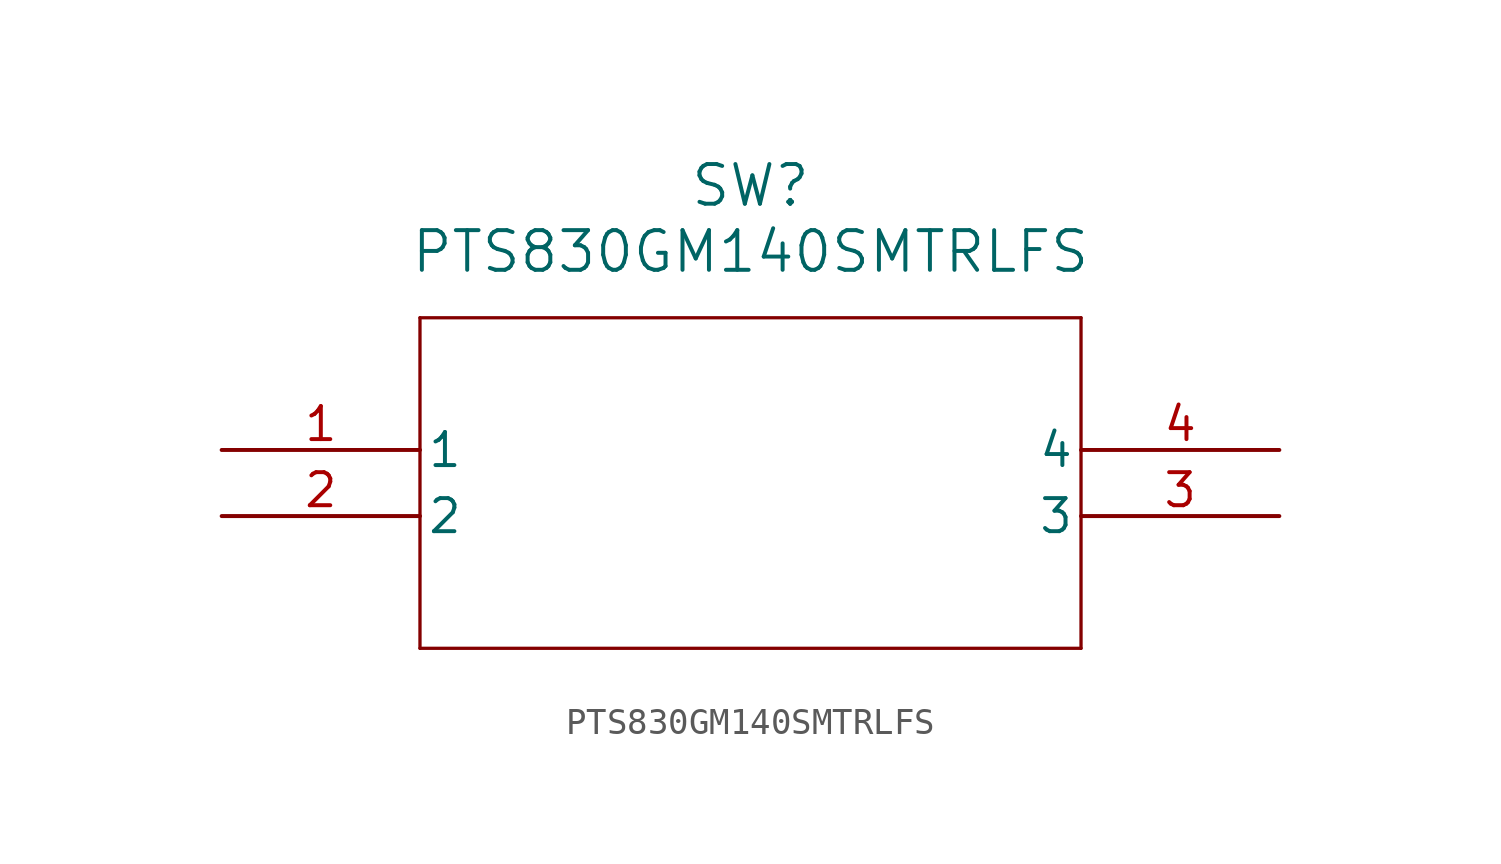
<source format=kicad_sym>
(kicad_symbol_lib
  (version 20220914)
  (generator kicad_symbol_editor)
  (symbol "PTS830GM140SMTRLFS"
    (pin_names
      (offset 0.254))
    (property "Reference" "SW"
      (at 20.32 10.16 0)
      (effects (font (size 1.524 1.524))))
    (property "Value" "PTS830GM140SMTRLFS"
      (at 20.32 7.62 0)
      (effects (font (size 1.524 1.524))))
    (property "ki_locked" ""
      (at 0 0 0)
      (effects (font (size 1.27 1.27))))
    (symbol "PTS830GM140SMTRLFS_0_1"
      (polyline (pts (xy 7.62 -7.62) (xy 33.02 -7.62)) (stroke (width 0.127) (type default)) (fill (type none)))
      (polyline (pts (xy 7.62 5.08) (xy 7.62 -7.62)) (stroke (width 0.127) (type default)) (fill (type none)))
      (polyline (pts (xy 33.02 -7.62) (xy 33.02 5.08)) (stroke (width 0.127) (type default)) (fill (type none)))
      (polyline (pts (xy 33.02 5.08) (xy 7.62 5.08)) (stroke (width 0.127) (type default)) (fill (type none)))
      (pin unspecified line (at 0 0 0) (length 7.62) (name "1" (effects (font (size 1.27 1.27)))) (number "1" (effects (font (size 1.27 1.27)))))
      (pin unspecified line (at 0 -2.54 0) (length 7.62) (name "2" (effects (font (size 1.27 1.27)))) (number "2" (effects (font (size 1.27 1.27)))))
      (pin unspecified line (at 40.64 -2.54 180) (length 7.62) (name "3" (effects (font (size 1.27 1.27)))) (number "3" (effects (font (size 1.27 1.27)))))
      (pin unspecified line (at 40.64 0 180) (length 7.62) (name "4" (effects (font (size 1.27 1.27)))) (number "4" (effects (font (size 1.27 1.27))))))))
</source>
